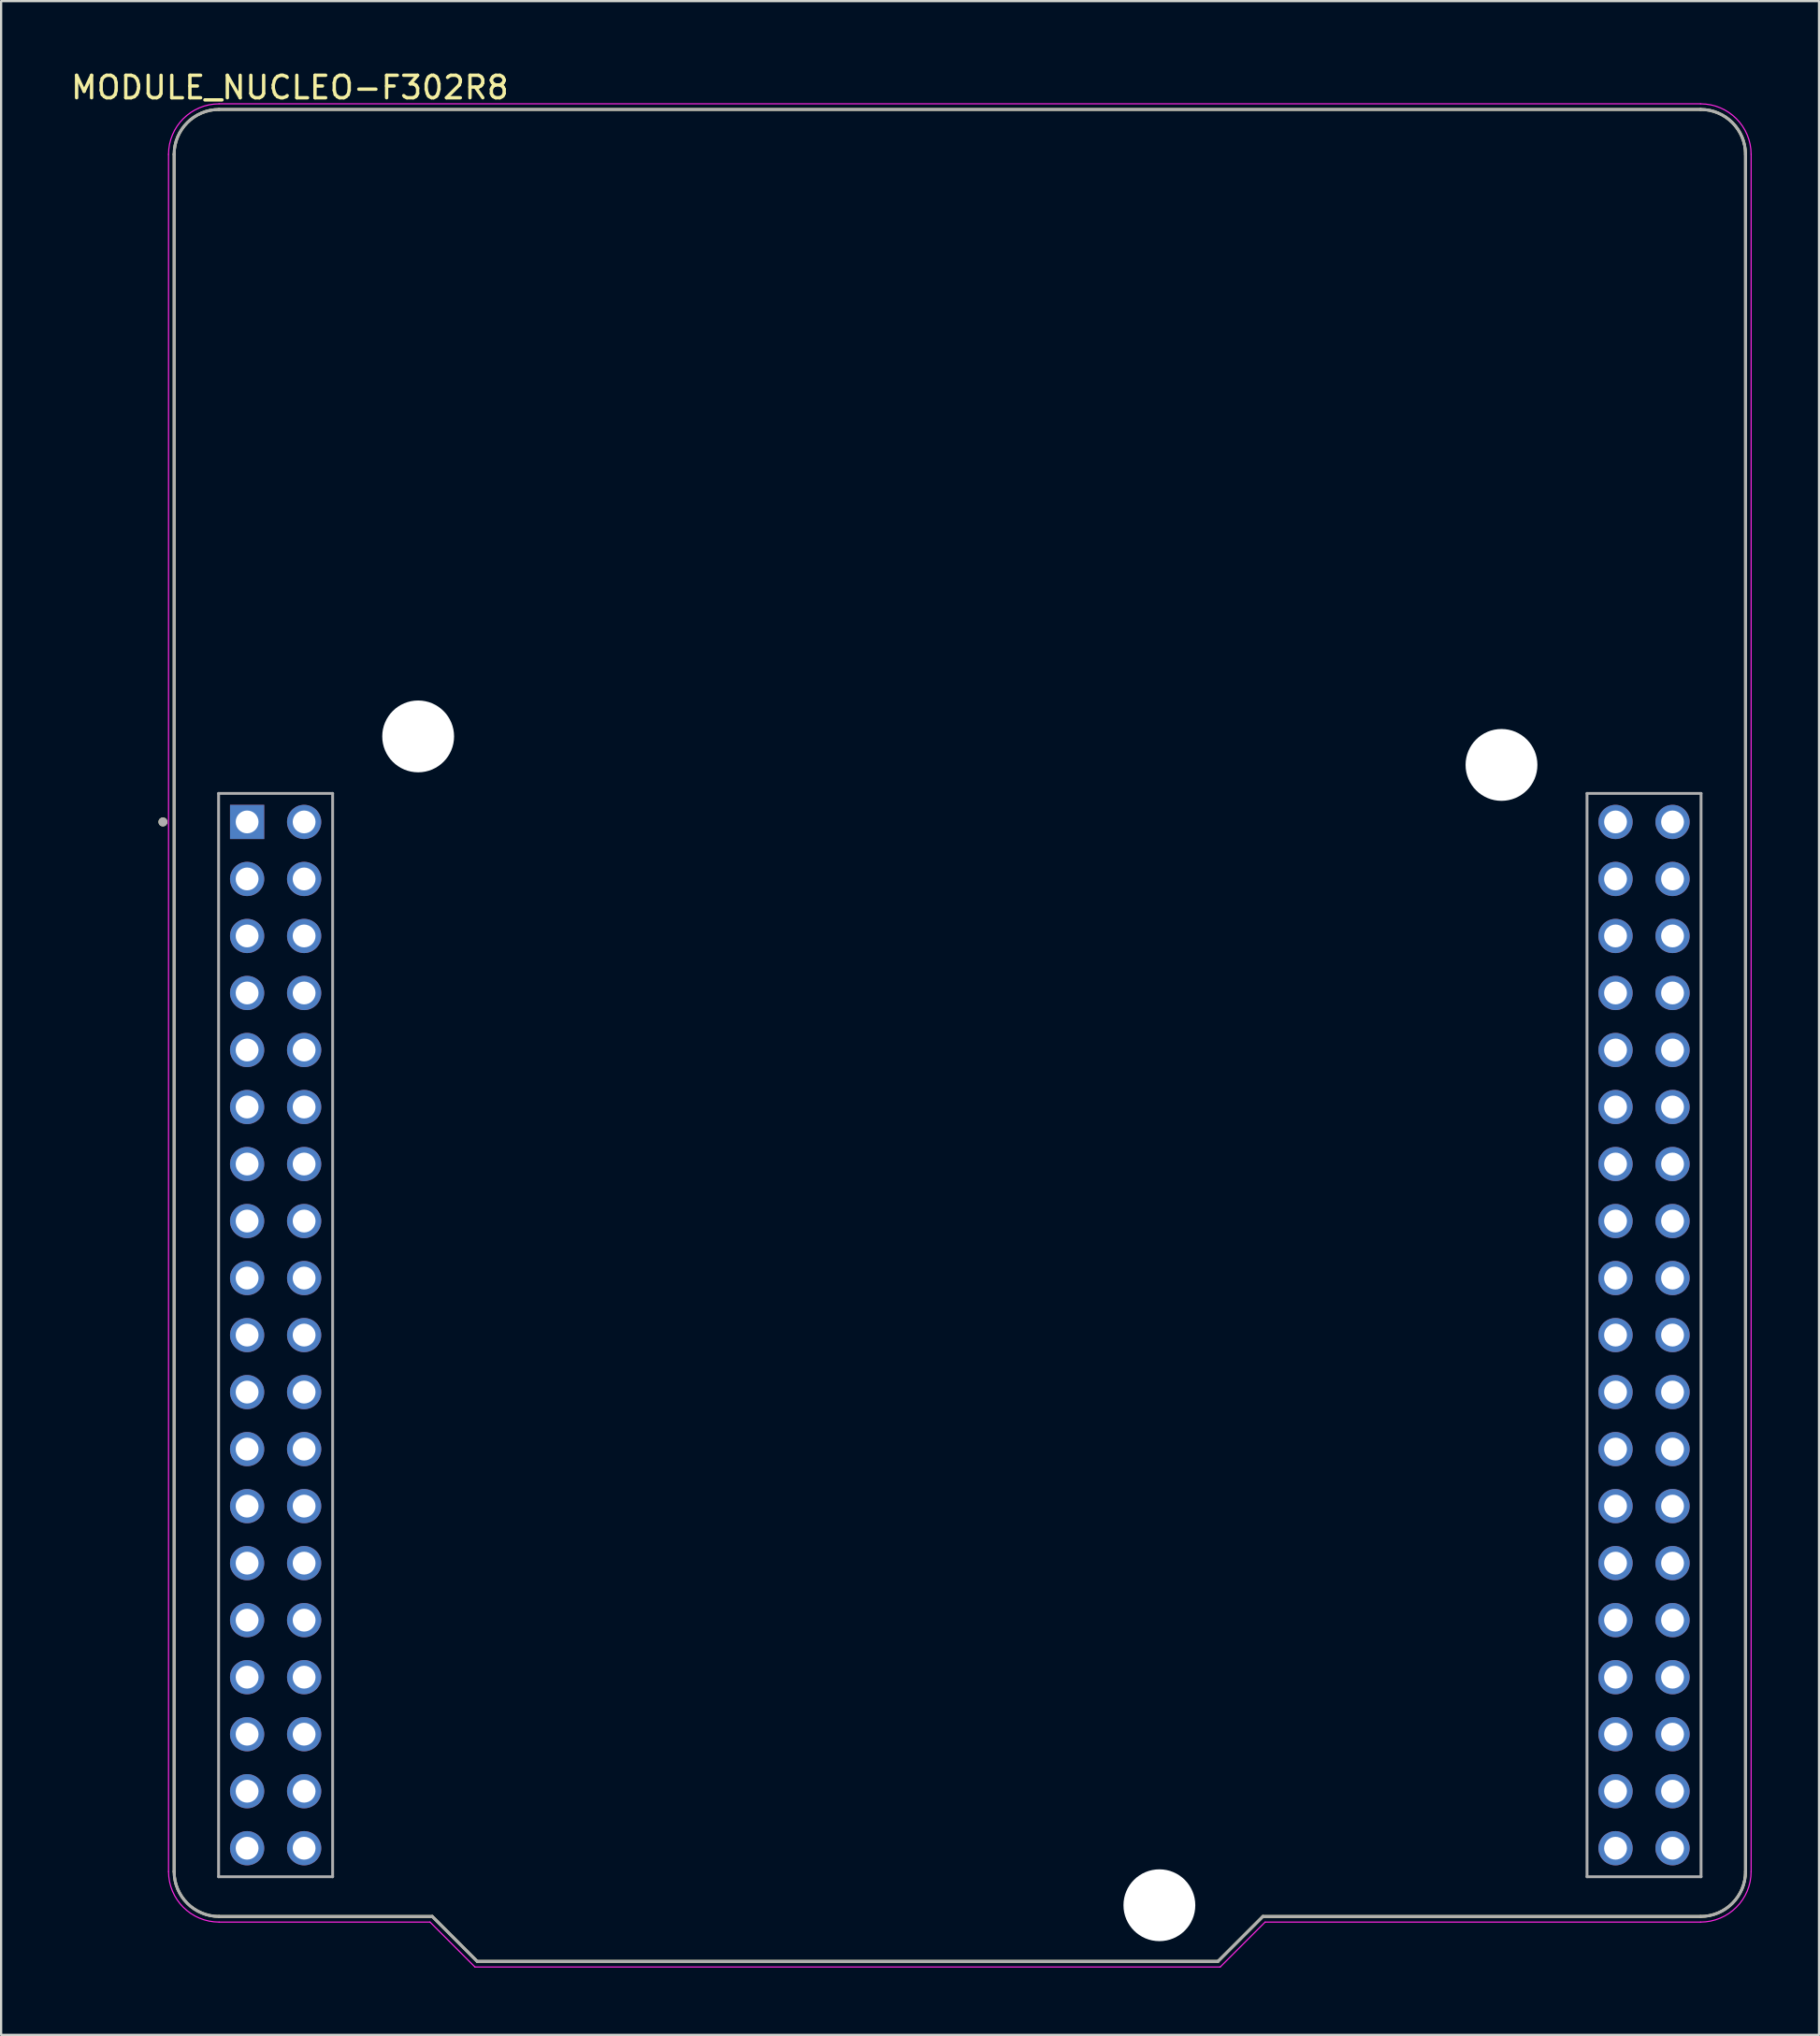
<source format=kicad_pcb>
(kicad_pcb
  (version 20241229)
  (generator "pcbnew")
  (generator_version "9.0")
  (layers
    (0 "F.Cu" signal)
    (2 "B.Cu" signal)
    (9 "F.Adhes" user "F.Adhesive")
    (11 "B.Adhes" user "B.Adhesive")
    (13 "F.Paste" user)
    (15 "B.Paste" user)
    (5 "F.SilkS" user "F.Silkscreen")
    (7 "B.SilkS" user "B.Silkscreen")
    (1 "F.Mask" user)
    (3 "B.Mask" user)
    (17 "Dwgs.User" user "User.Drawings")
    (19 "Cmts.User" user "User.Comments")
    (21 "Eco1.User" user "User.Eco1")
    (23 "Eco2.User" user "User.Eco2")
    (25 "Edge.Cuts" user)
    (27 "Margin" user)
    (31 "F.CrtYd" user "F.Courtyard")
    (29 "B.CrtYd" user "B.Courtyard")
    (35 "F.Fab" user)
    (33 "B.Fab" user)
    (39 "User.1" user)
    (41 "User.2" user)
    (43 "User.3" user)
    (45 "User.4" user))
  (footprint "MODULE_NUCLEO-F302R8"
    (layer "F.Cu")
    (at 39.708 43.076)
    (property "Reference" "MODULE_NUCLEO-F302R8" (at -29.845 -42.227 0) (layer "F.SilkS") (effects (font (size 1 1) (thickness 0.15))))
    (attr through_hole)
    (fp_line (start -35 -39.25) (end -35 37.25) (stroke (width 0.127) (type solid)) (layer "F.SilkS"))
    (fp_line (start -33 -41.25) (end 33 -41.25) (stroke (width 0.127) (type solid)) (layer "F.SilkS"))
    (fp_line (start -33 39.25) (end -23.5 39.25) (stroke (width 0.127) (type solid)) (layer "F.SilkS"))
    (fp_line (start -23.5 39.25) (end -21.5 41.25) (stroke (width 0.127) (type solid)) (layer "F.SilkS"))
    (fp_line (start -21.5 41.25) (end 11.5 41.25) (stroke (width 0.127) (type solid)) (layer "F.SilkS"))
    (fp_line (start 11.5 41.25) (end 13.5 39.25) (stroke (width 0.127) (type solid)) (layer "F.SilkS"))
    (fp_line (start 13.5 39.25) (end 33 39.25) (stroke (width 0.127) (type solid)) (layer "F.SilkS"))
    (fp_line (start 35 37.25) (end 35 -39.25) (stroke (width 0.127) (type solid)) (layer "F.SilkS"))
    (fp_arc (start -35 -39.25) (mid -34.414214 -40.664214) (end -33 -41.25) (stroke (width 0.127) (type solid)) (layer "F.SilkS"))
    (fp_arc (start -33 39.25) (mid -34.414214 38.664214) (end -35 37.25) (stroke (width 0.127) (type solid)) (layer "F.SilkS"))
    (fp_arc (start 33 -41.25) (mid 34.414214 -40.664214) (end 35 -39.25) (stroke (width 0.127) (type solid)) (layer "F.SilkS"))
    (fp_arc (start 35 37.25) (mid 34.414214 38.664214) (end 33 39.25) (stroke (width 0.127) (type solid)) (layer "F.SilkS"))
    (fp_circle (center -35.5 -9.51) (end -35.4 -9.51) (stroke (width 0.2) (type solid)) (fill no) (layer "F.SilkS"))
    (fp_line (start -35.25 -39.25) (end -35.25 37.25) (stroke (width 0.05) (type solid)) (layer "F.CrtYd"))
    (fp_line (start -33 -41.5) (end 33 -41.5) (stroke (width 0.05) (type solid)) (layer "F.CrtYd"))
    (fp_line (start -33 39.5) (end -23.6 39.5) (stroke (width 0.05) (type solid)) (layer "F.CrtYd"))
    (fp_line (start -23.6 39.5) (end -21.6 41.5) (stroke (width 0.05) (type solid)) (layer "F.CrtYd"))
    (fp_line (start -21.6 41.5) (end 11.6 41.5) (stroke (width 0.05) (type solid)) (layer "F.CrtYd"))
    (fp_line (start 11.6 41.5) (end 13.6 39.5) (stroke (width 0.05) (type solid)) (layer "F.CrtYd"))
    (fp_line (start 13.6 39.5) (end 33 39.5) (stroke (width 0.05) (type solid)) (layer "F.CrtYd"))
    (fp_line (start 35.25 37.25) (end 35.25 -39.25) (stroke (width 0.05) (type solid)) (layer "F.CrtYd"))
    (fp_arc (start -35.25 -39.25) (mid -34.59099 -40.84099) (end -33 -41.5) (stroke (width 0.05) (type solid)) (layer "F.CrtYd"))
    (fp_arc (start -33 39.5) (mid -34.59099 38.84099) (end -35.25 37.25) (stroke (width 0.05) (type solid)) (layer "F.CrtYd"))
    (fp_arc (start 33 -41.5) (mid 34.59099 -40.84099) (end 35.25 -39.25) (stroke (width 0.05) (type solid)) (layer "F.CrtYd"))
    (fp_arc (start 35.25 37.25) (mid 34.59099 38.84099) (end 33 39.5) (stroke (width 0.05) (type solid)) (layer "F.CrtYd"))
    (fp_line (start -35 -39.25) (end -35 37.25) (stroke (width 0.127) (type solid)) (layer "F.Fab"))
    (fp_line (start -33.02 -10.78) (end -27.94 -10.78) (stroke (width 0.127) (type solid)) (layer "F.Fab"))
    (fp_line (start -33.02 37.48) (end -33.02 -10.78) (stroke (width 0.127) (type solid)) (layer "F.Fab"))
    (fp_line (start -33 -41.25) (end 33 -41.25) (stroke (width 0.127) (type solid)) (layer "F.Fab"))
    (fp_line (start -33 39.25) (end -23.5 39.25) (stroke (width 0.127) (type solid)) (layer "F.Fab"))
    (fp_line (start -27.94 -10.78) (end -27.94 37.48) (stroke (width 0.127) (type solid)) (layer "F.Fab"))
    (fp_line (start -27.94 37.48) (end -33.02 37.48) (stroke (width 0.127) (type solid)) (layer "F.Fab"))
    (fp_line (start -23.5 39.25) (end -21.5 41.25) (stroke (width 0.127) (type solid)) (layer "F.Fab"))
    (fp_line (start -21.5 41.25) (end 11.5 41.25) (stroke (width 0.127) (type solid)) (layer "F.Fab"))
    (fp_line (start 11.5 41.25) (end 13.5 39.25) (stroke (width 0.127) (type solid)) (layer "F.Fab"))
    (fp_line (start 13.5 39.25) (end 33 39.25) (stroke (width 0.127) (type solid)) (layer "F.Fab"))
    (fp_line (start 27.94 -10.78) (end 33.02 -10.78) (stroke (width 0.127) (type solid)) (layer "F.Fab"))
    (fp_line (start 27.94 37.48) (end 27.94 -10.78) (stroke (width 0.127) (type solid)) (layer "F.Fab"))
    (fp_line (start 33.02 -10.78) (end 33.02 37.48) (stroke (width 0.127) (type solid)) (layer "F.Fab"))
    (fp_line (start 33.02 37.48) (end 27.94 37.48) (stroke (width 0.127) (type solid)) (layer "F.Fab"))
    (fp_line (start 35 37.25) (end 35 -39.25) (stroke (width 0.127) (type solid)) (layer "F.Fab"))
    (fp_arc (start -35 -39.25) (mid -34.414214 -40.664214) (end -33 -41.25) (stroke (width 0.127) (type solid)) (layer "F.Fab"))
    (fp_arc (start -33 39.25) (mid -34.414214 38.664214) (end -35 37.25) (stroke (width 0.127) (type solid)) (layer "F.Fab"))
    (fp_arc (start 33 -41.25) (mid 34.414214 -40.664214) (end 35 -39.25) (stroke (width 0.127) (type solid)) (layer "F.Fab"))
    (fp_arc (start 35 37.25) (mid 34.414214 38.664214) (end 33 39.25) (stroke (width 0.127) (type solid)) (layer "F.Fab"))
    (fp_circle (center -35.5 -9.51) (end -35.4 -9.51) (stroke (width 0.2) (type solid)) (fill no) (layer "F.Fab"))
    (pad "" np_thru_hole circle (at -24.13 -13.32) (size 3.2 3.2) (drill 3.2) (layers "*.Cu" "*.Mask"))
    (pad "" np_thru_hole circle (at 8.89 38.75) (size 3.2 3.2) (drill 3.2) (layers "*.Cu" "*.Mask"))
    (pad "" np_thru_hole circle (at 24.13 -12.05) (size 3.2 3.2) (drill 3.2) (layers "*.Cu" "*.Mask"))
    (pad "CN7_1" thru_hole rect (at -31.75 -9.51) (size 1.524 1.524) (drill 1.016) (layers "*.Cu" "*.Mask"))
    (pad "CN7_2" thru_hole circle (at -29.21 -9.51) (size 1.524 1.524) (drill 1.016) (layers "*.Cu" "*.Mask"))
    (pad "CN7_3" thru_hole circle (at -31.75 -6.97) (size 1.524 1.524) (drill 1.016) (layers "*.Cu" "*.Mask"))
    (pad "CN7_4" thru_hole circle (at -29.21 -6.97) (size 1.524 1.524) (drill 1.016) (layers "*.Cu" "*.Mask"))
    (pad "CN7_5" thru_hole circle (at -31.75 -4.43) (size 1.524 1.524) (drill 1.016) (layers "*.Cu" "*.Mask"))
    (pad "CN7_6" thru_hole circle (at -29.21 -4.43) (size 1.524 1.524) (drill 1.016) (layers "*.Cu" "*.Mask"))
    (pad "CN7_7" thru_hole circle (at -31.75 -1.89) (size 1.524 1.524) (drill 1.016) (layers "*.Cu" "*.Mask"))
    (pad "CN7_8" thru_hole circle (at -29.21 -1.89) (size 1.524 1.524) (drill 1.016) (layers "*.Cu" "*.Mask"))
    (pad "CN7_9" thru_hole circle (at -31.75 0.65) (size 1.524 1.524) (drill 1.016) (layers "*.Cu" "*.Mask"))
    (pad "CN7_10" thru_hole circle (at -29.21 0.65) (size 1.524 1.524) (drill 1.016) (layers "*.Cu" "*.Mask"))
    (pad "CN7_11" thru_hole circle (at -31.75 3.19) (size 1.524 1.524) (drill 1.016) (layers "*.Cu" "*.Mask"))
    (pad "CN7_12" thru_hole circle (at -29.21 3.19) (size 1.524 1.524) (drill 1.016) (layers "*.Cu" "*.Mask"))
    (pad "CN7_13" thru_hole circle (at -31.75 5.73) (size 1.524 1.524) (drill 1.016) (layers "*.Cu" "*.Mask"))
    (pad "CN7_14" thru_hole circle (at -29.21 5.73) (size 1.524 1.524) (drill 1.016) (layers "*.Cu" "*.Mask"))
    (pad "CN7_15" thru_hole circle (at -31.75 8.27) (size 1.524 1.524) (drill 1.016) (layers "*.Cu" "*.Mask"))
    (pad "CN7_16" thru_hole circle (at -29.21 8.27) (size 1.524 1.524) (drill 1.016) (layers "*.Cu" "*.Mask"))
    (pad "CN7_17" thru_hole circle (at -31.75 10.81) (size 1.524 1.524) (drill 1.016) (layers "*.Cu" "*.Mask"))
    (pad "CN7_18" thru_hole circle (at -29.21 10.81) (size 1.524 1.524) (drill 1.016) (layers "*.Cu" "*.Mask"))
    (pad "CN7_19" thru_hole circle (at -31.75 13.35) (size 1.524 1.524) (drill 1.016) (layers "*.Cu" "*.Mask"))
    (pad "CN7_20" thru_hole circle (at -29.21 13.35) (size 1.524 1.524) (drill 1.016) (layers "*.Cu" "*.Mask"))
    (pad "CN7_21" thru_hole circle (at -31.75 15.89) (size 1.524 1.524) (drill 1.016) (layers "*.Cu" "*.Mask"))
    (pad "CN7_22" thru_hole circle (at -29.21 15.89) (size 1.524 1.524) (drill 1.016) (layers "*.Cu" "*.Mask"))
    (pad "CN7_23" thru_hole circle (at -31.75 18.43) (size 1.524 1.524) (drill 1.016) (layers "*.Cu" "*.Mask"))
    (pad "CN7_24" thru_hole circle (at -29.21 18.43) (size 1.524 1.524) (drill 1.016) (layers "*.Cu" "*.Mask"))
    (pad "CN7_25" thru_hole circle (at -31.75 20.97) (size 1.524 1.524) (drill 1.016) (layers "*.Cu" "*.Mask"))
    (pad "CN7_26" thru_hole circle (at -29.21 20.97) (size 1.524 1.524) (drill 1.016) (layers "*.Cu" "*.Mask"))
    (pad "CN7_27" thru_hole circle (at -31.75 23.51) (size 1.524 1.524) (drill 1.016) (layers "*.Cu" "*.Mask"))
    (pad "CN7_28" thru_hole circle (at -29.21 23.51) (size 1.524 1.524) (drill 1.016) (layers "*.Cu" "*.Mask"))
    (pad "CN7_29" thru_hole circle (at -31.75 26.05) (size 1.524 1.524) (drill 1.016) (layers "*.Cu" "*.Mask"))
    (pad "CN7_30" thru_hole circle (at -29.21 26.05) (size 1.524 1.524) (drill 1.016) (layers "*.Cu" "*.Mask"))
    (pad "CN7_31" thru_hole circle (at -31.75 28.59) (size 1.524 1.524) (drill 1.016) (layers "*.Cu" "*.Mask"))
    (pad "CN7_32" thru_hole circle (at -29.21 28.59) (size 1.524 1.524) (drill 1.016) (layers "*.Cu" "*.Mask"))
    (pad "CN7_33" thru_hole circle (at -31.75 31.13) (size 1.524 1.524) (drill 1.016) (layers "*.Cu" "*.Mask"))
    (pad "CN7_34" thru_hole circle (at -29.21 31.13) (size 1.524 1.524) (drill 1.016) (layers "*.Cu" "*.Mask"))
    (pad "CN7_35" thru_hole circle (at -31.75 33.67) (size 1.524 1.524) (drill 1.016) (layers "*.Cu" "*.Mask"))
    (pad "CN7_36" thru_hole circle (at -29.21 33.67) (size 1.524 1.524) (drill 1.016) (layers "*.Cu" "*.Mask"))
    (pad "CN7_37" thru_hole circle (at -31.75 36.21) (size 1.524 1.524) (drill 1.016) (layers "*.Cu" "*.Mask"))
    (pad "CN7_38" thru_hole circle (at -29.21 36.21) (size 1.524 1.524) (drill 1.016) (layers "*.Cu" "*.Mask"))
    (pad "CN10_1" thru_hole circle (at 29.21 -9.51) (size 1.524 1.524) (drill 1.016) (layers "*.Cu" "*.Mask"))
    (pad "CN10_2" thru_hole circle (at 31.75 -9.51) (size 1.524 1.524) (drill 1.016) (layers "*.Cu" "*.Mask"))
    (pad "CN10_3" thru_hole circle (at 29.21 -6.97) (size 1.524 1.524) (drill 1.016) (layers "*.Cu" "*.Mask"))
    (pad "CN10_4" thru_hole circle (at 31.75 -6.97) (size 1.524 1.524) (drill 1.016) (layers "*.Cu" "*.Mask"))
    (pad "CN10_5" thru_hole circle (at 29.21 -4.43) (size 1.524 1.524) (drill 1.016) (layers "*.Cu" "*.Mask"))
    (pad "CN10_6" thru_hole circle (at 31.75 -4.43) (size 1.524 1.524) (drill 1.016) (layers "*.Cu" "*.Mask"))
    (pad "CN10_7" thru_hole circle (at 29.21 -1.89) (size 1.524 1.524) (drill 1.016) (layers "*.Cu" "*.Mask"))
    (pad "CN10_8" thru_hole circle (at 31.75 -1.89) (size 1.524 1.524) (drill 1.016) (layers "*.Cu" "*.Mask"))
    (pad "CN10_9" thru_hole circle (at 29.21 0.65) (size 1.524 1.524) (drill 1.016) (layers "*.Cu" "*.Mask"))
    (pad "CN10_10" thru_hole circle (at 31.75 0.65) (size 1.524 1.524) (drill 1.016) (layers "*.Cu" "*.Mask"))
    (pad "CN10_11" thru_hole circle (at 29.21 3.19) (size 1.524 1.524) (drill 1.016) (layers "*.Cu" "*.Mask"))
    (pad "CN10_12" thru_hole circle (at 31.75 3.19) (size 1.524 1.524) (drill 1.016) (layers "*.Cu" "*.Mask"))
    (pad "CN10_13" thru_hole circle (at 29.21 5.73) (size 1.524 1.524) (drill 1.016) (layers "*.Cu" "*.Mask"))
    (pad "CN10_14" thru_hole circle (at 31.75 5.73) (size 1.524 1.524) (drill 1.016) (layers "*.Cu" "*.Mask"))
    (pad "CN10_15" thru_hole circle (at 29.21 8.27) (size 1.524 1.524) (drill 1.016) (layers "*.Cu" "*.Mask"))
    (pad "CN10_16" thru_hole circle (at 31.75 8.27) (size 1.524 1.524) (drill 1.016) (layers "*.Cu" "*.Mask"))
    (pad "CN10_17" thru_hole circle (at 29.21 10.81) (size 1.524 1.524) (drill 1.016) (layers "*.Cu" "*.Mask"))
    (pad "CN10_18" thru_hole circle (at 31.75 10.81) (size 1.524 1.524) (drill 1.016) (layers "*.Cu" "*.Mask"))
    (pad "CN10_19" thru_hole circle (at 29.21 13.35) (size 1.524 1.524) (drill 1.016) (layers "*.Cu" "*.Mask"))
    (pad "CN10_20" thru_hole circle (at 31.75 13.35) (size 1.524 1.524) (drill 1.016) (layers "*.Cu" "*.Mask"))
    (pad "CN10_21" thru_hole circle (at 29.21 15.89) (size 1.524 1.524) (drill 1.016) (layers "*.Cu" "*.Mask"))
    (pad "CN10_22" thru_hole circle (at 31.75 15.89) (size 1.524 1.524) (drill 1.016) (layers "*.Cu" "*.Mask"))
    (pad "CN10_23" thru_hole circle (at 29.21 18.43) (size 1.524 1.524) (drill 1.016) (layers "*.Cu" "*.Mask"))
    (pad "CN10_24" thru_hole circle (at 31.75 18.43) (size 1.524 1.524) (drill 1.016) (layers "*.Cu" "*.Mask"))
    (pad "CN10_25" thru_hole circle (at 29.21 20.97) (size 1.524 1.524) (drill 1.016) (layers "*.Cu" "*.Mask"))
    (pad "CN10_26" thru_hole circle (at 31.75 20.97) (size 1.524 1.524) (drill 1.016) (layers "*.Cu" "*.Mask"))
    (pad "CN10_27" thru_hole circle (at 29.21 23.51) (size 1.524 1.524) (drill 1.016) (layers "*.Cu" "*.Mask"))
    (pad "CN10_28" thru_hole circle (at 31.75 23.51) (size 1.524 1.524) (drill 1.016) (layers "*.Cu" "*.Mask"))
    (pad "CN10_29" thru_hole circle (at 29.21 26.05) (size 1.524 1.524) (drill 1.016) (layers "*.Cu" "*.Mask"))
    (pad "CN10_30" thru_hole circle (at 31.75 26.05) (size 1.524 1.524) (drill 1.016) (layers "*.Cu" "*.Mask"))
    (pad "CN10_31" thru_hole circle (at 29.21 28.59) (size 1.524 1.524) (drill 1.016) (layers "*.Cu" "*.Mask"))
    (pad "CN10_32" thru_hole circle (at 31.75 28.59) (size 1.524 1.524) (drill 1.016) (layers "*.Cu" "*.Mask"))
    (pad "CN10_33" thru_hole circle (at 29.21 31.13) (size 1.524 1.524) (drill 1.016) (layers "*.Cu" "*.Mask"))
    (pad "CN10_34" thru_hole circle (at 31.75 31.13) (size 1.524 1.524) (drill 1.016) (layers "*.Cu" "*.Mask"))
    (pad "CN10_35" thru_hole circle (at 29.21 33.67) (size 1.524 1.524) (drill 1.016) (layers "*.Cu" "*.Mask"))
    (pad "CN10_36" thru_hole circle (at 31.75 33.67) (size 1.524 1.524) (drill 1.016) (layers "*.Cu" "*.Mask"))
    (pad "CN10_37" thru_hole circle (at 29.21 36.21) (size 1.524 1.524) (drill 1.016) (layers "*.Cu" "*.Mask"))
    (pad "CN10_38" thru_hole circle (at 31.75 36.21) (size 1.524 1.524) (drill 1.016) (layers "*.Cu" "*.Mask")))
  (gr_rect
    (start -3 -3)
    (end 77.983 87.601)
    (stroke (width 0.1) (type default))
    (fill no)
    (layer "Edge.Cuts")))
</source>
